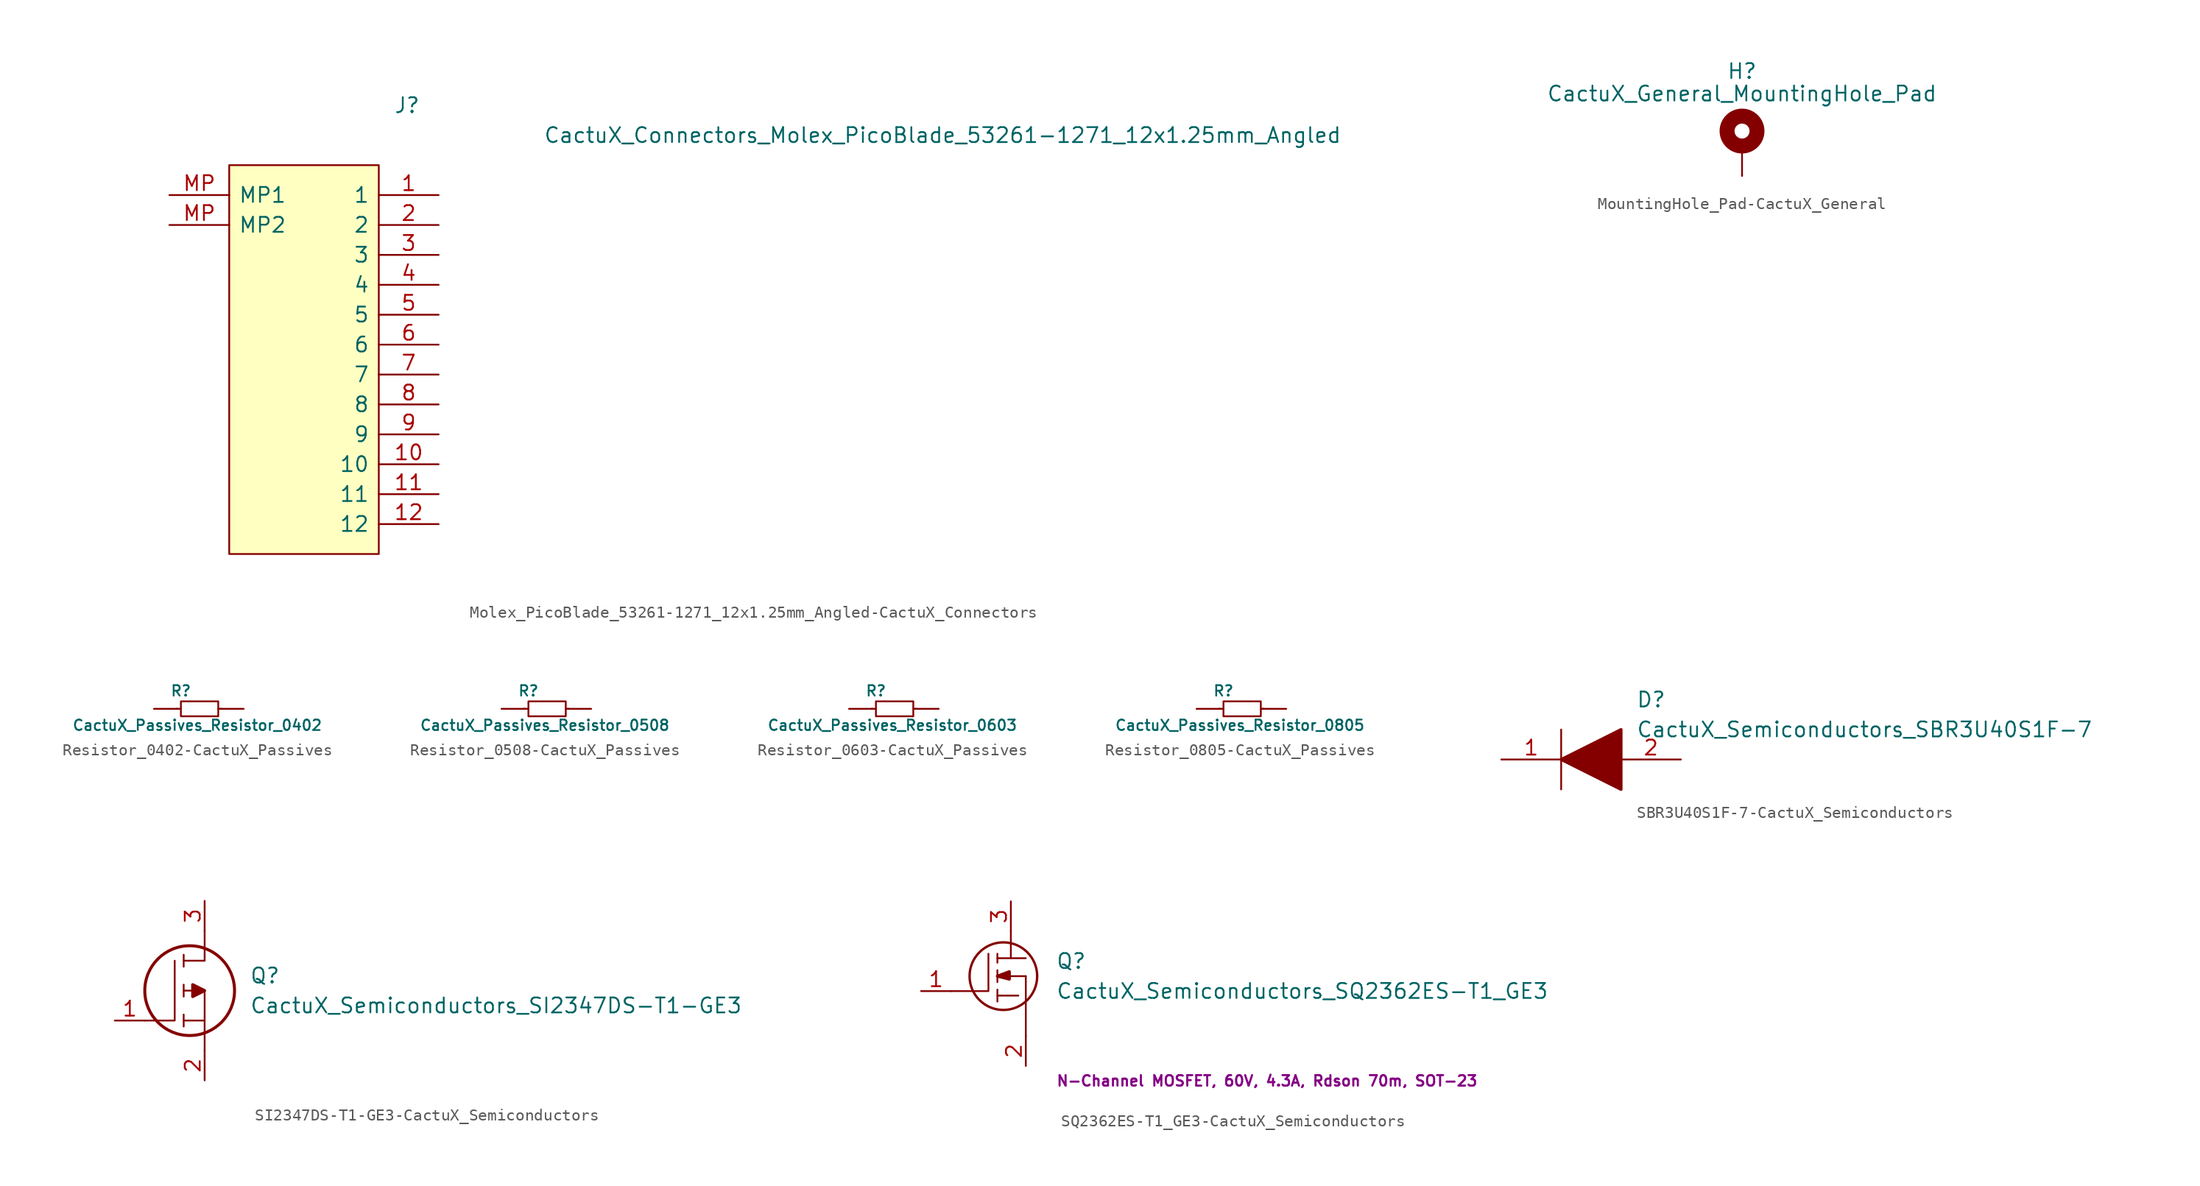
<source format=kicad_sym>
(kicad_symbol_lib
  (version 20220914)
  (generator kicad_symbol_editor)
  (symbol "Molex_PicoBlade_53261-1271_12x1.25mm_Angled-CactuX_Connectors"
    (pin_names
      (offset 0.762))
    (property "Reference" "J"
      (at 19.05 7.62 0)
      (effects (font (size 1.27 1.27)) (justify left)))
    (property "Value" "CactuX_Connectors_Molex_PicoBlade_53261-1271_12x1.25mm_Angled"
      (at 31.75 5.08 0)
      (effects (font (size 1.27 1.27)) (justify left)))
    (symbol "Molex_PicoBlade_53261-1271_12x1.25mm_Angled-CactuX_Connectors_0_0"
      (pin passive line (at 22.86 0 180) (length 5.08) (name "1" (effects (font (size 1.27 1.27)))) (number "1" (effects (font (size 1.27 1.27)))))
      (pin passive line (at 22.86 -22.86 180) (length 5.08) (name "10" (effects (font (size 1.27 1.27)))) (number "10" (effects (font (size 1.27 1.27)))))
      (pin passive line (at 22.86 -2.54 180) (length 5.08) (name "2" (effects (font (size 1.27 1.27)))) (number "2" (effects (font (size 1.27 1.27)))))
      (pin passive line (at 22.86 -5.08 180) (length 5.08) (name "3" (effects (font (size 1.27 1.27)))) (number "3" (effects (font (size 1.27 1.27)))))
      (pin passive line (at 22.86 -7.62 180) (length 5.08) (name "4" (effects (font (size 1.27 1.27)))) (number "4" (effects (font (size 1.27 1.27)))))
      (pin passive line (at 22.86 -10.16 180) (length 5.08) (name "5" (effects (font (size 1.27 1.27)))) (number "5" (effects (font (size 1.27 1.27)))))
      (pin passive line (at 22.86 -12.7 180) (length 5.08) (name "6" (effects (font (size 1.27 1.27)))) (number "6" (effects (font (size 1.27 1.27)))))
      (pin passive line (at 22.86 -15.24 180) (length 5.08) (name "7" (effects (font (size 1.27 1.27)))) (number "7" (effects (font (size 1.27 1.27)))))
      (pin passive line (at 22.86 -17.78 180) (length 5.08) (name "8" (effects (font (size 1.27 1.27)))) (number "8" (effects (font (size 1.27 1.27)))))
      (pin passive line (at 22.86 -20.32 180) (length 5.08) (name "9" (effects (font (size 1.27 1.27)))) (number "9" (effects (font (size 1.27 1.27)))))
      (pin passive line (at 0 0 0) (length 5.08) (name "MP1" (effects (font (size 1.27 1.27)))) (number "MP" (effects (font (size 1.27 1.27)))))
      (pin passive line (at 0 -2.54 0) (length 5.08) (name "MP2" (effects (font (size 1.27 1.27)))) (number "MP" (effects (font (size 1.27 1.27))))))
    (symbol "Molex_PicoBlade_53261-1271_12x1.25mm_Angled-CactuX_Connectors_1_1"
      (polyline (pts (xy 5.08 2.54) (xy 17.78 2.54) (xy 17.78 -30.48) (xy 10.16 -30.48) (xy 5.08 -30.48) (xy 5.08 2.54)) (stroke (width 0.152) (type solid)) (fill (type background)))
      (pin input line (at 22.86 -25.4 180) (length 5.08) (name "11" (effects (font (size 1.27 1.27)))) (number "11" (effects (font (size 1.27 1.27)))))
      (pin input line (at 22.86 -27.94 180) (length 5.08) (name "12" (effects (font (size 1.27 1.27)))) (number "12" (effects (font (size 1.27 1.27)))))))
  (symbol "MountingHole_Pad-CactuX_General"
    (pin_numbers hide)
    (pin_names
      (offset 1.016) hide)
    (property "Reference" "H"
      (at 0 6.35 0)
      (effects (font (size 1.27 1.27))))
    (property "Value" "CactuX_General_MountingHole_Pad"
      (at 0 4.445 0)
      (effects (font (size 1.27 1.27))))
    (symbol "MountingHole_Pad-CactuX_General_0_1"
      (circle (center 0 1.27) (radius 1.27) (stroke (width 1.27) (type solid)) (fill (type none))))
    (symbol "MountingHole_Pad-CactuX_General_1_1"
      (pin input line (at 0 -2.54 90) (length 2.54) (name "1" (effects (font (size 1.27 1.27)))) (number "1" (effects (font (size 1.27 1.27)))))))
  (symbol "Resistor_0402-CactuX_Passives"
    (pin_numbers hide)
    (pin_names
      (offset 0) hide)
    (property "Reference" "R"
      (at -4.064 1.524 0)
      (effects (font (size 0.889 0.889))))
    (property "Value" "CactuX_Passives_Resistor_0402"
      (at -2.667 -1.397 0)
      (effects (font (size 0.889 0.889))))
    (symbol "Resistor_0402-CactuX_Passives_0_1"
      (rectangle (start -4.064 0.635) (end -0.889 -0.635) (stroke (width 0) (type solid)) (fill (type none)))
      (polyline (pts (xy -4.445 0) (xy -4.064 0)) (stroke (width 0) (type solid)) (fill (type none)))
      (polyline (pts (xy -0.889 0) (xy -0.635 0)) (stroke (width 0) (type solid)) (fill (type none))))
    (symbol "Resistor_0402-CactuX_Passives_1_1"
      (pin passive line (at -6.35 0 0) (length 2.007) (name "~" (effects (font (size 1.27 1.27)))) (number "1" (effects (font (size 1.27 1.27)))))
      (pin passive line (at 1.27 0 180) (length 2.007) (name "~" (effects (font (size 1.27 1.27)))) (number "2" (effects (font (size 1.27 1.27)))))))
  (symbol "Resistor_0508-CactuX_Passives"
    (pin_numbers hide)
    (pin_names
      (offset 0) hide)
    (property "Reference" "R"
      (at -1.524 1.524 0)
      (effects (font (size 0.889 0.889))))
    (property "Value" "CactuX_Passives_Resistor_0508"
      (at -0.127 -1.397 0)
      (effects (font (size 0.889 0.889))))
    (symbol "Resistor_0508-CactuX_Passives_0_1"
      (rectangle (start -1.524 0.635) (end 1.651 -0.635) (stroke (width 0) (type solid)) (fill (type none)))
      (polyline (pts (xy -1.905 0) (xy -1.524 0)) (stroke (width 0) (type solid)) (fill (type none)))
      (polyline (pts (xy 1.651 0) (xy 1.905 0)) (stroke (width 0) (type solid)) (fill (type none))))
    (symbol "Resistor_0508-CactuX_Passives_1_1"
      (pin passive line (at -3.81 0 0) (length 2.007) (name "~" (effects (font (size 1.27 1.27)))) (number "1" (effects (font (size 1.27 1.27)))))
      (pin passive line (at 3.81 0 180) (length 2.007) (name "~" (effects (font (size 1.27 1.27)))) (number "2" (effects (font (size 1.27 1.27)))))))
  (symbol "Resistor_0603-CactuX_Passives"
    (pin_numbers hide)
    (pin_names
      (offset 0) hide)
    (property "Reference" "R"
      (at -1.524 1.524 0)
      (effects (font (size 0.889 0.889))))
    (property "Value" "CactuX_Passives_Resistor_0603"
      (at -0.127 -1.397 0)
      (effects (font (size 0.889 0.889))))
    (symbol "Resistor_0603-CactuX_Passives_0_1"
      (rectangle (start -1.524 0.635) (end 1.651 -0.635) (stroke (width 0) (type solid)) (fill (type none)))
      (polyline (pts (xy -1.905 0) (xy -1.524 0)) (stroke (width 0) (type solid)) (fill (type none)))
      (polyline (pts (xy 1.651 0) (xy 1.905 0)) (stroke (width 0) (type solid)) (fill (type none))))
    (symbol "Resistor_0603-CactuX_Passives_1_1"
      (pin passive line (at -3.81 0 0) (length 2.007) (name "~" (effects (font (size 1.27 1.27)))) (number "1" (effects (font (size 1.27 1.27)))))
      (pin passive line (at 3.81 0 180) (length 2.007) (name "~" (effects (font (size 1.27 1.27)))) (number "2" (effects (font (size 1.27 1.27)))))))
  (symbol "Resistor_0805-CactuX_Passives"
    (pin_numbers hide)
    (pin_names
      (offset 0) hide)
    (property "Reference" "R"
      (at -1.524 1.524 0)
      (effects (font (size 0.889 0.889))))
    (property "Value" "CactuX_Passives_Resistor_0805"
      (at -0.127 -1.397 0)
      (effects (font (size 0.889 0.889))))
    (symbol "Resistor_0805-CactuX_Passives_0_1"
      (rectangle (start -1.524 0.635) (end 1.651 -0.635) (stroke (width 0) (type solid)) (fill (type none)))
      (polyline (pts (xy -1.905 0) (xy -1.524 0)) (stroke (width 0) (type solid)) (fill (type none)))
      (polyline (pts (xy 1.651 0) (xy 1.905 0)) (stroke (width 0) (type solid)) (fill (type none))))
    (symbol "Resistor_0805-CactuX_Passives_1_1"
      (pin passive line (at -3.81 0 0) (length 2.007) (name "~" (effects (font (size 1.27 1.27)))) (number "1" (effects (font (size 1.27 1.27)))))
      (pin passive line (at 3.81 0 180) (length 2.007) (name "~" (effects (font (size 1.27 1.27)))) (number "2" (effects (font (size 1.27 1.27)))))))
  (symbol "SBR3U40S1F-7-CactuX_Semiconductors"
    (pin_names
      (offset 0.762))
    (property "Reference" "D"
      (at 11.43 5.08 0)
      (effects (font (size 1.27 1.27)) (justify left)))
    (property "Value" "CactuX_Semiconductors_SBR3U40S1F-7"
      (at 11.43 2.54 0)
      (effects (font (size 1.27 1.27)) (justify left)))
    (symbol "SBR3U40S1F-7-CactuX_Semiconductors_0_0"
      (pin passive line (at 0 0 0) (length 5.08) (name "~" (effects (font (size 1.27 1.27)))) (number "1" (effects (font (size 1.27 1.27)))))
      (pin passive line (at 15.24 0 180) (length 5.08) (name "~" (effects (font (size 1.27 1.27)))) (number "2" (effects (font (size 1.27 1.27))))))
    (symbol "SBR3U40S1F-7-CactuX_Semiconductors_0_1"
      (polyline (pts (xy 5.08 2.54) (xy 5.08 -2.54)) (stroke (width 0.152) (type solid)) (fill (type none)))
      (polyline (pts (xy 5.08 0) (xy 10.16 2.54) (xy 10.16 -2.54) (xy 5.08 0)) (stroke (width 0.254) (type solid)) (fill (type outline)))))
  (symbol "SI2347DS-T1-GE3-CactuX_Semiconductors"
    (pin_names
      (offset 0.762))
    (property "Reference" "Q"
      (at 11.43 3.81 0)
      (effects (font (size 1.27 1.27)) (justify left)))
    (property "Value" "CactuX_Semiconductors_SI2347DS-T1-GE3"
      (at 11.43 1.27 0)
      (effects (font (size 1.27 1.27)) (justify left)))
    (symbol "SI2347DS-T1-GE3-CactuX_Semiconductors_0_0"
      (pin passive line (at 0 0 0) (length 2.54) (name "~" (effects (font (size 1.27 1.27)))) (number "1" (effects (font (size 1.27 1.27)))))
      (pin passive line (at 7.62 -5.08 90) (length 2.54) (name "~" (effects (font (size 1.27 1.27)))) (number "2" (effects (font (size 1.27 1.27)))))
      (pin passive line (at 7.62 10.16 270) (length 2.54) (name "~" (effects (font (size 1.27 1.27)))) (number "3" (effects (font (size 1.27 1.27))))))
    (symbol "SI2347DS-T1-GE3-CactuX_Semiconductors_0_1"
      (polyline (pts (xy 5.842 -0.508) (xy 5.842 0.508)) (stroke (width 0.152) (type solid)) (fill (type none)))
      (polyline (pts (xy 5.842 0) (xy 7.62 0)) (stroke (width 0.152) (type solid)) (fill (type none)))
      (polyline (pts (xy 5.842 2.032) (xy 5.842 3.048)) (stroke (width 0.152) (type solid)) (fill (type none)))
      (polyline (pts (xy 5.842 5.588) (xy 5.842 4.572)) (stroke (width 0.152) (type solid)) (fill (type none)))
      (polyline (pts (xy 7.62 2.54) (xy 5.842 2.54)) (stroke (width 0.152) (type solid)) (fill (type none)))
      (polyline (pts (xy 7.62 2.54) (xy 7.62 -2.54)) (stroke (width 0.152) (type solid)) (fill (type none)))
      (polyline (pts (xy 7.62 5.08) (xy 5.842 5.08)) (stroke (width 0.152) (type solid)) (fill (type none)))
      (polyline (pts (xy 7.62 5.08) (xy 7.62 7.62)) (stroke (width 0.152) (type solid)) (fill (type none)))
      (polyline (pts (xy 2.54 0) (xy 5.08 0) (xy 5.08 5.08)) (stroke (width 0.152) (type solid)) (fill (type none)))
      (polyline (pts (xy 7.62 2.54) (xy 6.604 3.048) (xy 6.604 2.032) (xy 7.62 2.54)) (stroke (width 0.254) (type solid)) (fill (type outline)))
      (circle (center 6.35 2.54) (radius 3.81) (stroke (width 0.254) (type solid)) (fill (type none)))))
  (symbol "SQ2362ES-T1_GE3-CactuX_Semiconductors"
    (pin_names
      (offset 0.762))
    (property "Reference" "Q"
      (at 3.81 1.27 0)
      (effects (font (size 1.27 1.27)) (justify left)))
    (property "Value" "CactuX_Semiconductors_SQ2362ES-T1_GE3"
      (at 3.81 -1.27 0)
      (effects (font (size 1.27 1.27)) (justify left)))
    (property "Description" "N-Channel MOSFET, 60V, 4.3A, Rdson 70m, SOT-23"
      (at 3.81 -8.89 0)
      (effects (font (size 0.889 0.889) bold) (justify left)))
    (symbol "SQ2362ES-T1_GE3-CactuX_Semiconductors_0_0"
      (pin passive line (at -7.62 -1.27 0) (length 2.54) (name "~" (effects (font (size 1.27 1.27)))) (number "1" (effects (font (size 1.27 1.27)))))
      (pin passive line (at 1.27 -7.62 90) (length 2.54) (name "~" (effects (font (size 1.27 1.27)))) (number "2" (effects (font (size 1.27 1.27)))))
      (pin passive line (at 0 6.35 270) (length 2.54) (name "~" (effects (font (size 1.27 1.27)))) (number "3" (effects (font (size 1.27 1.27))))))
    (symbol "SQ2362ES-T1_GE3-CactuX_Semiconductors_0_1"
      (circle (center -0.635 0) (radius 2.87) (stroke (width 0.203) (type solid)) (fill (type none)))
      (polyline (pts (xy -1.143 -2.159) (xy -1.143 -1.143)) (stroke (width 0.152) (type solid)) (fill (type none)))
      (polyline (pts (xy -1.143 -1.651) (xy 0.635 -1.651)) (stroke (width 0.152) (type solid)) (fill (type none)))
      (polyline (pts (xy -1.143 -0.508) (xy -1.143 0.508)) (stroke (width 0.152) (type solid)) (fill (type none)))
      (polyline (pts (xy -1.143 1.905) (xy -1.143 1.143)) (stroke (width 0.152) (type solid)) (fill (type none)))
      (polyline (pts (xy 0 1.524) (xy 0 3.81)) (stroke (width 0.152) (type solid)) (fill (type none)))
      (polyline (pts (xy 1.27 0) (xy -1.143 0)) (stroke (width 0.152) (type solid)) (fill (type none)))
      (polyline (pts (xy 1.27 0) (xy 1.27 -5.08)) (stroke (width 0.152) (type solid)) (fill (type none)))
      (polyline (pts (xy 1.27 1.524) (xy -1.143 1.524)) (stroke (width 0.152) (type solid)) (fill (type none)))
      (polyline (pts (xy -5.08 -1.27) (xy -1.905 -1.27) (xy -1.905 1.905)) (stroke (width 0.152) (type solid)) (fill (type none)))
      (polyline (pts (xy -1.143 0) (xy -0.127 0.381) (xy -0.127 -0.254) (xy -1.143 0)) (stroke (width 0.254) (type solid)) (fill (type outline))))))
</source>
